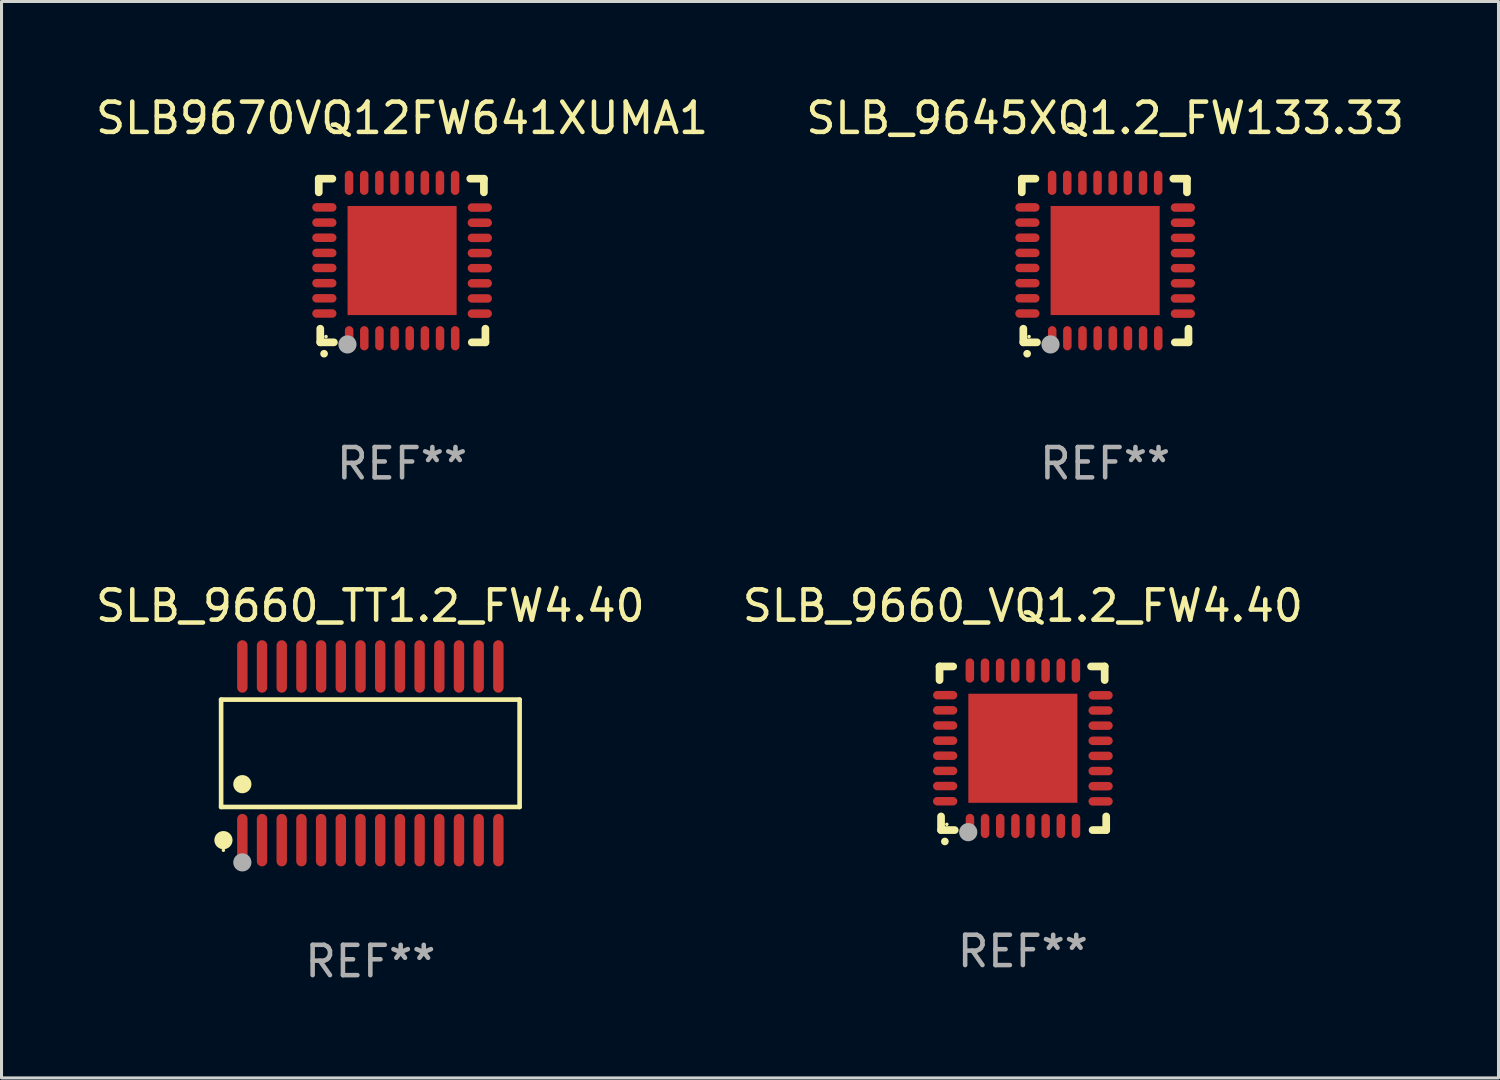
<source format=kicad_pcb>
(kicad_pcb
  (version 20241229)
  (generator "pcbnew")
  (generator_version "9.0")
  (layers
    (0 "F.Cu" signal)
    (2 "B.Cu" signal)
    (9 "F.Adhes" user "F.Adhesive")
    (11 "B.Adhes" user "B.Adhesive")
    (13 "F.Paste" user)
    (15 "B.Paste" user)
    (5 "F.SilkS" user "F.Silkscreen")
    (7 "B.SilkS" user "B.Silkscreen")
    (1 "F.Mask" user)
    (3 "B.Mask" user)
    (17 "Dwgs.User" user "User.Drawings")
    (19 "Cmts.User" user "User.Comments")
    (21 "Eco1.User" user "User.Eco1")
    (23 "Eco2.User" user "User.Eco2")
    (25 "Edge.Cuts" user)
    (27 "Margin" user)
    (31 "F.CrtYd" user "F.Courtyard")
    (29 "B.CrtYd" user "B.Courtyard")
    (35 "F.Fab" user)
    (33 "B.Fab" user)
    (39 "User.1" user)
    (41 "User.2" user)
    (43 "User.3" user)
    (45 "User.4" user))
  (footprint "SLB_9660_VQ1.2_FW4.40"
    (layer "F.Cu")
    (at 30.708 21.645)
    (property "Reference" "SLB_9660_VQ1.2_FW4.40" (at 0 -4.7 0) (layer "F.SilkS") (effects (font (size 1 1) (thickness 0.15))))
    (attr through_hole)
    (fp_line (start -2.75 -2.7) (end -2.75 -2.25) (stroke (width 0.254) (type solid)) (layer "F.SilkS"))
    (fp_line (start -2.7 2.7) (end -2.7 2.25) (stroke (width 0.254) (type solid)) (layer "F.SilkS"))
    (fp_line (start -2.3 -2.7) (end -2.75 -2.7) (stroke (width 0.254) (type solid)) (layer "F.SilkS"))
    (fp_line (start -2.25 2.7) (end -2.7 2.7) (stroke (width 0.254) (type solid)) (layer "F.SilkS"))
    (fp_line (start 2.3 2.7) (end 2.75 2.7) (stroke (width 0.254) (type solid)) (layer "F.SilkS"))
    (fp_line (start 2.7 -2.7) (end 2.25 -2.7) (stroke (width 0.254) (type solid)) (layer "F.SilkS"))
    (fp_line (start 2.7 -2.25) (end 2.7 -2.7) (stroke (width 0.254) (type solid)) (layer "F.SilkS"))
    (fp_line (start 2.75 2.7) (end 2.75 2.25) (stroke (width 0.254) (type solid)) (layer "F.SilkS"))
    (fp_arc (start -2.575565 3.075946) (mid -2.574295 3.07594) (end -2.573025 3.075946) (stroke (width 0.25) (type solid)) (layer "F.SilkS"))
    (fp_circle (center -2.51 2.51) (end -2.48 2.51) (stroke (width 0.06) (type solid)) (fill no) (layer "F.SilkS"))
    (fp_circle (center -1.803 2.769) (end -1.653 2.769) (stroke (width 0.3) (type solid)) (fill no) (layer "F.Fab"))
    (fp_text user "REF**" (at 0 6.7 0) (layer "F.Fab") (effects (font (size 1 1) (thickness 0.15))))
    (pad "1" smd oval (at -1.747 2.565) (size 0.28 0.8) (layers "F.Cu" "F.Mask" "F.Paste"))
    (pad "2" smd oval (at -1.247 2.565) (size 0.28 0.8) (layers "F.Cu" "F.Mask" "F.Paste"))
    (pad "3" smd oval (at -0.747 2.565) (size 0.28 0.8) (layers "F.Cu" "F.Mask" "F.Paste"))
    (pad "4" smd oval (at -0.246 2.565) (size 0.28 0.8) (layers "F.Cu" "F.Mask" "F.Paste"))
    (pad "5" smd oval (at 0.252 2.565) (size 0.28 0.8) (layers "F.Cu" "F.Mask" "F.Paste"))
    (pad "6" smd oval (at 0.752 2.565) (size 0.28 0.8) (layers "F.Cu" "F.Mask" "F.Paste"))
    (pad "7" smd oval (at 1.252 2.565) (size 0.28 0.8) (layers "F.Cu" "F.Mask" "F.Paste"))
    (pad "8" smd oval (at 1.753 2.565) (size 0.28 0.8) (layers "F.Cu" "F.Mask" "F.Paste"))
    (pad "9" smd oval (at 2.565 1.753) (size 0.8 0.28) (layers "F.Cu" "F.Mask" "F.Paste"))
    (pad "10" smd oval (at 2.565 1.252) (size 0.8 0.28) (layers "F.Cu" "F.Mask" "F.Paste"))
    (pad "11" smd oval (at 2.565 0.752) (size 0.8 0.28) (layers "F.Cu" "F.Mask" "F.Paste"))
    (pad "12" smd oval (at 2.565 0.252) (size 0.8 0.28) (layers "F.Cu" "F.Mask" "F.Paste"))
    (pad "13" smd oval (at 2.565 -0.246) (size 0.8 0.28) (layers "F.Cu" "F.Mask" "F.Paste"))
    (pad "14" smd oval (at 2.565 -0.747) (size 0.8 0.28) (layers "F.Cu" "F.Mask" "F.Paste"))
    (pad "15" smd oval (at 2.565 -1.247) (size 0.8 0.28) (layers "F.Cu" "F.Mask" "F.Paste"))
    (pad "16" smd oval (at 2.565 -1.747) (size 0.8 0.28) (layers "F.Cu" "F.Mask" "F.Paste"))
    (pad "17" smd oval (at 1.75 -2.565) (size 0.28 0.8) (layers "F.Cu" "F.Mask" "F.Paste"))
    (pad "18" smd oval (at 1.25 -2.565) (size 0.28 0.8) (layers "F.Cu" "F.Mask" "F.Paste"))
    (pad "19" smd oval (at 0.75 -2.565) (size 0.28 0.8) (layers "F.Cu" "F.Mask" "F.Paste"))
    (pad "20" smd oval (at 0.25 -2.565) (size 0.28 0.8) (layers "F.Cu" "F.Mask" "F.Paste"))
    (pad "21" smd oval (at -0.25 -2.565) (size 0.28 0.8) (layers "F.Cu" "F.Mask" "F.Paste"))
    (pad "22" smd oval (at -0.75 -2.565) (size 0.28 0.8) (layers "F.Cu" "F.Mask" "F.Paste"))
    (pad "23" smd oval (at -1.25 -2.565) (size 0.28 0.8) (layers "F.Cu" "F.Mask" "F.Paste"))
    (pad "24" smd oval (at -1.75 -2.565) (size 0.28 0.8) (layers "F.Cu" "F.Mask" "F.Paste"))
    (pad "25" smd oval (at -2.565 -1.753) (size 0.8 0.28) (layers "F.Cu" "F.Mask" "F.Paste"))
    (pad "26" smd oval (at -2.565 -1.252) (size 0.8 0.28) (layers "F.Cu" "F.Mask" "F.Paste"))
    (pad "27" smd oval (at -2.565 -0.752) (size 0.8 0.28) (layers "F.Cu" "F.Mask" "F.Paste"))
    (pad "28" smd oval (at -2.565 -0.251) (size 0.8 0.28) (layers "F.Cu" "F.Mask" "F.Paste"))
    (pad "29" smd oval (at -2.565 0.246) (size 0.8 0.28) (layers "F.Cu" "F.Mask" "F.Paste"))
    (pad "30" smd oval (at -2.565 0.747) (size 0.8 0.28) (layers "F.Cu" "F.Mask" "F.Paste"))
    (pad "31" smd oval (at -2.565 1.247) (size 0.8 0.28) (layers "F.Cu" "F.Mask" "F.Paste"))
    (pad "32" smd oval (at -2.565 1.748) (size 0.8 0.28) (layers "F.Cu" "F.Mask" "F.Paste"))
    (pad "33" smd rect (at 0.000076 0.000076) (size 3.6 3.6) (layers "F.Cu" "F.Mask" "F.Paste")))
  (footprint "SLB9670VQ12FW641XUMA1"
    (layer "F.Cu")
    (at 10.22 5.548)
    (property "Reference" "SLB9670VQ12FW641XUMA1" (at 0 -4.7 0) (layer "F.SilkS") (effects (font (size 1 1) (thickness 0.15))))
    (attr through_hole)
    (fp_line (start -2.75 -2.7) (end -2.75 -2.25) (stroke (width 0.254) (type solid)) (layer "F.SilkS"))
    (fp_line (start -2.7 2.7) (end -2.7 2.25) (stroke (width 0.254) (type solid)) (layer "F.SilkS"))
    (fp_line (start -2.3 -2.7) (end -2.75 -2.7) (stroke (width 0.254) (type solid)) (layer "F.SilkS"))
    (fp_line (start -2.25 2.7) (end -2.7 2.7) (stroke (width 0.254) (type solid)) (layer "F.SilkS"))
    (fp_line (start 2.3 2.7) (end 2.75 2.7) (stroke (width 0.254) (type solid)) (layer "F.SilkS"))
    (fp_line (start 2.7 -2.7) (end 2.25 -2.7) (stroke (width 0.254) (type solid)) (layer "F.SilkS"))
    (fp_line (start 2.7 -2.25) (end 2.7 -2.7) (stroke (width 0.254) (type solid)) (layer "F.SilkS"))
    (fp_line (start 2.75 2.7) (end 2.75 2.25) (stroke (width 0.254) (type solid)) (layer "F.SilkS"))
    (fp_arc (start -2.575565 3.075946) (mid -2.574295 3.07594) (end -2.573025 3.075946) (stroke (width 0.25) (type solid)) (layer "F.SilkS"))
    (fp_circle (center -2.51 2.51) (end -2.48 2.51) (stroke (width 0.06) (type solid)) (fill no) (layer "F.SilkS"))
    (fp_circle (center -1.803 2.769) (end -1.653 2.769) (stroke (width 0.3) (type solid)) (fill no) (layer "F.Fab"))
    (fp_text user "REF**" (at 0 6.7 0) (layer "F.Fab") (effects (font (size 1 1) (thickness 0.15))))
    (pad "1" smd oval (at -1.747 2.565) (size 0.28 0.8) (layers "F.Cu" "F.Mask" "F.Paste"))
    (pad "2" smd oval (at -1.247 2.565) (size 0.28 0.8) (layers "F.Cu" "F.Mask" "F.Paste"))
    (pad "3" smd oval (at -0.747 2.565) (size 0.28 0.8) (layers "F.Cu" "F.Mask" "F.Paste"))
    (pad "4" smd oval (at -0.246 2.565) (size 0.28 0.8) (layers "F.Cu" "F.Mask" "F.Paste"))
    (pad "5" smd oval (at 0.252 2.565) (size 0.28 0.8) (layers "F.Cu" "F.Mask" "F.Paste"))
    (pad "6" smd oval (at 0.752 2.565) (size 0.28 0.8) (layers "F.Cu" "F.Mask" "F.Paste"))
    (pad "7" smd oval (at 1.252 2.565) (size 0.28 0.8) (layers "F.Cu" "F.Mask" "F.Paste"))
    (pad "8" smd oval (at 1.753 2.565) (size 0.28 0.8) (layers "F.Cu" "F.Mask" "F.Paste"))
    (pad "9" smd oval (at 2.565 1.753) (size 0.8 0.28) (layers "F.Cu" "F.Mask" "F.Paste"))
    (pad "10" smd oval (at 2.565 1.252) (size 0.8 0.28) (layers "F.Cu" "F.Mask" "F.Paste"))
    (pad "11" smd oval (at 2.565 0.752) (size 0.8 0.28) (layers "F.Cu" "F.Mask" "F.Paste"))
    (pad "12" smd oval (at 2.565 0.252) (size 0.8 0.28) (layers "F.Cu" "F.Mask" "F.Paste"))
    (pad "13" smd oval (at 2.565 -0.246) (size 0.8 0.28) (layers "F.Cu" "F.Mask" "F.Paste"))
    (pad "14" smd oval (at 2.565 -0.747) (size 0.8 0.28) (layers "F.Cu" "F.Mask" "F.Paste"))
    (pad "15" smd oval (at 2.565 -1.247) (size 0.8 0.28) (layers "F.Cu" "F.Mask" "F.Paste"))
    (pad "16" smd oval (at 2.565 -1.747) (size 0.8 0.28) (layers "F.Cu" "F.Mask" "F.Paste"))
    (pad "17" smd oval (at 1.75 -2.565) (size 0.28 0.8) (layers "F.Cu" "F.Mask" "F.Paste"))
    (pad "18" smd oval (at 1.25 -2.565) (size 0.28 0.8) (layers "F.Cu" "F.Mask" "F.Paste"))
    (pad "19" smd oval (at 0.75 -2.565) (size 0.28 0.8) (layers "F.Cu" "F.Mask" "F.Paste"))
    (pad "20" smd oval (at 0.25 -2.565) (size 0.28 0.8) (layers "F.Cu" "F.Mask" "F.Paste"))
    (pad "21" smd oval (at -0.25 -2.565) (size 0.28 0.8) (layers "F.Cu" "F.Mask" "F.Paste"))
    (pad "22" smd oval (at -0.75 -2.565) (size 0.28 0.8) (layers "F.Cu" "F.Mask" "F.Paste"))
    (pad "23" smd oval (at -1.25 -2.565) (size 0.28 0.8) (layers "F.Cu" "F.Mask" "F.Paste"))
    (pad "24" smd oval (at -1.75 -2.565) (size 0.28 0.8) (layers "F.Cu" "F.Mask" "F.Paste"))
    (pad "25" smd oval (at -2.565 -1.753) (size 0.8 0.28) (layers "F.Cu" "F.Mask" "F.Paste"))
    (pad "26" smd oval (at -2.565 -1.252) (size 0.8 0.28) (layers "F.Cu" "F.Mask" "F.Paste"))
    (pad "27" smd oval (at -2.565 -0.752) (size 0.8 0.28) (layers "F.Cu" "F.Mask" "F.Paste"))
    (pad "28" smd oval (at -2.565 -0.251) (size 0.8 0.28) (layers "F.Cu" "F.Mask" "F.Paste"))
    (pad "29" smd oval (at -2.565 0.246) (size 0.8 0.28) (layers "F.Cu" "F.Mask" "F.Paste"))
    (pad "30" smd oval (at -2.565 0.747) (size 0.8 0.28) (layers "F.Cu" "F.Mask" "F.Paste"))
    (pad "31" smd oval (at -2.565 1.247) (size 0.8 0.28) (layers "F.Cu" "F.Mask" "F.Paste"))
    (pad "32" smd oval (at -2.565 1.748) (size 0.8 0.28) (layers "F.Cu" "F.Mask" "F.Paste"))
    (pad "33" smd rect (at 0.000076 0.000076) (size 3.6 3.6) (layers "F.Cu" "F.Mask" "F.Paste")))
  (footprint "SLB_9645XQ1.2_FW133.33"
    (layer "F.Cu")
    (at 33.423 5.548)
    (property "Reference" "SLB_9645XQ1.2_FW133.33" (at 0 -4.7 0) (layer "F.SilkS") (effects (font (size 1 1) (thickness 0.15))))
    (attr through_hole)
    (fp_line (start -2.75 -2.7) (end -2.75 -2.25) (stroke (width 0.254) (type solid)) (layer "F.SilkS"))
    (fp_line (start -2.7 2.7) (end -2.7 2.25) (stroke (width 0.254) (type solid)) (layer "F.SilkS"))
    (fp_line (start -2.3 -2.7) (end -2.75 -2.7) (stroke (width 0.254) (type solid)) (layer "F.SilkS"))
    (fp_line (start -2.25 2.7) (end -2.7 2.7) (stroke (width 0.254) (type solid)) (layer "F.SilkS"))
    (fp_line (start 2.3 2.7) (end 2.75 2.7) (stroke (width 0.254) (type solid)) (layer "F.SilkS"))
    (fp_line (start 2.7 -2.7) (end 2.25 -2.7) (stroke (width 0.254) (type solid)) (layer "F.SilkS"))
    (fp_line (start 2.7 -2.25) (end 2.7 -2.7) (stroke (width 0.254) (type solid)) (layer "F.SilkS"))
    (fp_line (start 2.75 2.7) (end 2.75 2.25) (stroke (width 0.254) (type solid)) (layer "F.SilkS"))
    (fp_arc (start -2.575565 3.075946) (mid -2.574295 3.07594) (end -2.573025 3.075946) (stroke (width 0.25) (type solid)) (layer "F.SilkS"))
    (fp_circle (center -2.51 2.51) (end -2.48 2.51) (stroke (width 0.06) (type solid)) (fill no) (layer "F.SilkS"))
    (fp_circle (center -1.803 2.769) (end -1.653 2.769) (stroke (width 0.3) (type solid)) (fill no) (layer "F.Fab"))
    (fp_text user "REF**" (at 0 6.7 0) (layer "F.Fab") (effects (font (size 1 1) (thickness 0.15))))
    (pad "1" smd oval (at -1.747 2.565) (size 0.28 0.8) (layers "F.Cu" "F.Mask" "F.Paste"))
    (pad "2" smd oval (at -1.247 2.565) (size 0.28 0.8) (layers "F.Cu" "F.Mask" "F.Paste"))
    (pad "3" smd oval (at -0.747 2.565) (size 0.28 0.8) (layers "F.Cu" "F.Mask" "F.Paste"))
    (pad "4" smd oval (at -0.246 2.565) (size 0.28 0.8) (layers "F.Cu" "F.Mask" "F.Paste"))
    (pad "5" smd oval (at 0.252 2.565) (size 0.28 0.8) (layers "F.Cu" "F.Mask" "F.Paste"))
    (pad "6" smd oval (at 0.752 2.565) (size 0.28 0.8) (layers "F.Cu" "F.Mask" "F.Paste"))
    (pad "7" smd oval (at 1.252 2.565) (size 0.28 0.8) (layers "F.Cu" "F.Mask" "F.Paste"))
    (pad "8" smd oval (at 1.753 2.565) (size 0.28 0.8) (layers "F.Cu" "F.Mask" "F.Paste"))
    (pad "9" smd oval (at 2.565 1.753) (size 0.8 0.28) (layers "F.Cu" "F.Mask" "F.Paste"))
    (pad "10" smd oval (at 2.565 1.252) (size 0.8 0.28) (layers "F.Cu" "F.Mask" "F.Paste"))
    (pad "11" smd oval (at 2.565 0.752) (size 0.8 0.28) (layers "F.Cu" "F.Mask" "F.Paste"))
    (pad "12" smd oval (at 2.565 0.252) (size 0.8 0.28) (layers "F.Cu" "F.Mask" "F.Paste"))
    (pad "13" smd oval (at 2.565 -0.246) (size 0.8 0.28) (layers "F.Cu" "F.Mask" "F.Paste"))
    (pad "14" smd oval (at 2.565 -0.747) (size 0.8 0.28) (layers "F.Cu" "F.Mask" "F.Paste"))
    (pad "15" smd oval (at 2.565 -1.247) (size 0.8 0.28) (layers "F.Cu" "F.Mask" "F.Paste"))
    (pad "16" smd oval (at 2.565 -1.747) (size 0.8 0.28) (layers "F.Cu" "F.Mask" "F.Paste"))
    (pad "17" smd oval (at 1.75 -2.565) (size 0.28 0.8) (layers "F.Cu" "F.Mask" "F.Paste"))
    (pad "18" smd oval (at 1.25 -2.565) (size 0.28 0.8) (layers "F.Cu" "F.Mask" "F.Paste"))
    (pad "19" smd oval (at 0.75 -2.565) (size 0.28 0.8) (layers "F.Cu" "F.Mask" "F.Paste"))
    (pad "20" smd oval (at 0.25 -2.565) (size 0.28 0.8) (layers "F.Cu" "F.Mask" "F.Paste"))
    (pad "21" smd oval (at -0.25 -2.565) (size 0.28 0.8) (layers "F.Cu" "F.Mask" "F.Paste"))
    (pad "22" smd oval (at -0.75 -2.565) (size 0.28 0.8) (layers "F.Cu" "F.Mask" "F.Paste"))
    (pad "23" smd oval (at -1.25 -2.565) (size 0.28 0.8) (layers "F.Cu" "F.Mask" "F.Paste"))
    (pad "24" smd oval (at -1.75 -2.565) (size 0.28 0.8) (layers "F.Cu" "F.Mask" "F.Paste"))
    (pad "25" smd oval (at -2.565 -1.753) (size 0.8 0.28) (layers "F.Cu" "F.Mask" "F.Paste"))
    (pad "26" smd oval (at -2.565 -1.252) (size 0.8 0.28) (layers "F.Cu" "F.Mask" "F.Paste"))
    (pad "27" smd oval (at -2.565 -0.752) (size 0.8 0.28) (layers "F.Cu" "F.Mask" "F.Paste"))
    (pad "28" smd oval (at -2.565 -0.251) (size 0.8 0.28) (layers "F.Cu" "F.Mask" "F.Paste"))
    (pad "29" smd oval (at -2.565 0.246) (size 0.8 0.28) (layers "F.Cu" "F.Mask" "F.Paste"))
    (pad "30" smd oval (at -2.565 0.747) (size 0.8 0.28) (layers "F.Cu" "F.Mask" "F.Paste"))
    (pad "31" smd oval (at -2.565 1.247) (size 0.8 0.28) (layers "F.Cu" "F.Mask" "F.Paste"))
    (pad "32" smd oval (at -2.565 1.748) (size 0.8 0.28) (layers "F.Cu" "F.Mask" "F.Paste"))
    (pad "33" smd rect (at 0.000076 0.000076) (size 3.6 3.6) (layers "F.Cu" "F.Mask" "F.Paste")))
  (footprint "SLB_9660_TT1.2_FW4.40"
    (layer "F.Cu")
    (at 9.173 21.811)
    (property "Reference" "SLB_9660_TT1.2_FW4.40" (at 0 -4.866 0) (layer "F.SilkS") (effects (font (size 1 1) (thickness 0.15))))
    (attr through_hole)
    (fp_line (start -4.926 -1.772) (end 4.926 -1.772) (stroke (width 0.152) (type solid)) (layer "F.SilkS"))
    (fp_line (start -4.926 1.771) (end -4.926 -1.772) (stroke (width 0.152) (type solid)) (layer "F.SilkS"))
    (fp_line (start 4.926 -1.772) (end 4.926 1.771) (stroke (width 0.152) (type solid)) (layer "F.SilkS"))
    (fp_line (start 4.926 1.771) (end -4.926 1.771) (stroke (width 0.152) (type solid)) (layer "F.SilkS"))
    (fp_circle (center -4.85 3.2) (end -4.82 3.2) (stroke (width 0.06) (type solid)) (fill no) (layer "F.SilkS"))
    (fp_circle (center -4.849 2.866) (end -4.699 2.866) (stroke (width 0.3) (type solid)) (fill no) (layer "F.SilkS"))
    (fp_circle (center -4.225 1.019) (end -4.075 1.019) (stroke (width 0.3) (type solid)) (fill no) (layer "F.SilkS"))
    (fp_circle (center -4.225 3.6) (end -4.075 3.6) (stroke (width 0.3) (type solid)) (fill no) (layer "F.Fab"))
    (fp_text user "REF**" (at 0 6.866 0) (layer "F.Fab") (effects (font (size 1 1) (thickness 0.15))))
    (pad "1" smd oval (at -4.225 2.866) (size 0.343 1.731) (layers "F.Cu" "F.Mask" "F.Paste"))
    (pad "2" smd oval (at -3.575 2.866) (size 0.343 1.731) (layers "F.Cu" "F.Mask" "F.Paste"))
    (pad "3" smd oval (at -2.925 2.866) (size 0.343 1.731) (layers "F.Cu" "F.Mask" "F.Paste"))
    (pad "4" smd oval (at -2.275 2.866) (size 0.343 1.731) (layers "F.Cu" "F.Mask" "F.Paste"))
    (pad "5" smd oval (at -1.625 2.866) (size 0.343 1.731) (layers "F.Cu" "F.Mask" "F.Paste"))
    (pad "6" smd oval (at -0.975 2.866) (size 0.343 1.731) (layers "F.Cu" "F.Mask" "F.Paste"))
    (pad "7" smd oval (at -0.325 2.866) (size 0.343 1.731) (layers "F.Cu" "F.Mask" "F.Paste"))
    (pad "8" smd oval (at 0.325 2.866) (size 0.343 1.731) (layers "F.Cu" "F.Mask" "F.Paste"))
    (pad "9" smd oval (at 0.975 2.866) (size 0.343 1.731) (layers "F.Cu" "F.Mask" "F.Paste"))
    (pad "10" smd oval (at 1.625 2.866) (size 0.343 1.731) (layers "F.Cu" "F.Mask" "F.Paste"))
    (pad "11" smd oval (at 2.275 2.866) (size 0.343 1.731) (layers "F.Cu" "F.Mask" "F.Paste"))
    (pad "12" smd oval (at 2.925 2.866) (size 0.343 1.731) (layers "F.Cu" "F.Mask" "F.Paste"))
    (pad "13" smd oval (at 3.575 2.866) (size 0.343 1.731) (layers "F.Cu" "F.Mask" "F.Paste"))
    (pad "14" smd oval (at 4.225 2.866) (size 0.343 1.731) (layers "F.Cu" "F.Mask" "F.Paste"))
    (pad "15" smd oval (at 4.225 -2.866) (size 0.343 1.731) (layers "F.Cu" "F.Mask" "F.Paste"))
    (pad "16" smd oval (at 3.575 -2.866) (size 0.343 1.731) (layers "F.Cu" "F.Mask" "F.Paste"))
    (pad "17" smd oval (at 2.925 -2.866) (size 0.343 1.731) (layers "F.Cu" "F.Mask" "F.Paste"))
    (pad "18" smd oval (at 2.275 -2.866) (size 0.343 1.731) (layers "F.Cu" "F.Mask" "F.Paste"))
    (pad "19" smd oval (at 1.625 -2.866) (size 0.343 1.731) (layers "F.Cu" "F.Mask" "F.Paste"))
    (pad "20" smd oval (at 0.975 -2.866) (size 0.343 1.731) (layers "F.Cu" "F.Mask" "F.Paste"))
    (pad "21" smd oval (at 0.325 -2.866) (size 0.343 1.731) (layers "F.Cu" "F.Mask" "F.Paste"))
    (pad "22" smd oval (at -0.325 -2.866) (size 0.343 1.731) (layers "F.Cu" "F.Mask" "F.Paste"))
    (pad "23" smd oval (at -0.975 -2.866) (size 0.343 1.731) (layers "F.Cu" "F.Mask" "F.Paste"))
    (pad "24" smd oval (at -1.625 -2.866) (size 0.343 1.731) (layers "F.Cu" "F.Mask" "F.Paste"))
    (pad "25" smd oval (at -2.275 -2.866) (size 0.343 1.731) (layers "F.Cu" "F.Mask" "F.Paste"))
    (pad "26" smd oval (at -2.925 -2.866) (size 0.343 1.731) (layers "F.Cu" "F.Mask" "F.Paste"))
    (pad "27" smd oval (at -3.575 -2.866) (size 0.343 1.731) (layers "F.Cu" "F.Mask" "F.Paste"))
    (pad "28" smd oval (at -4.225 -2.866) (size 0.343 1.731) (layers "F.Cu" "F.Mask" "F.Paste")))
  (gr_rect
    (start -3 -3)
    (end 46.405 32.525)
    (stroke (width 0.1) (type default))
    (fill no)
    (layer "Edge.Cuts")))
</source>
